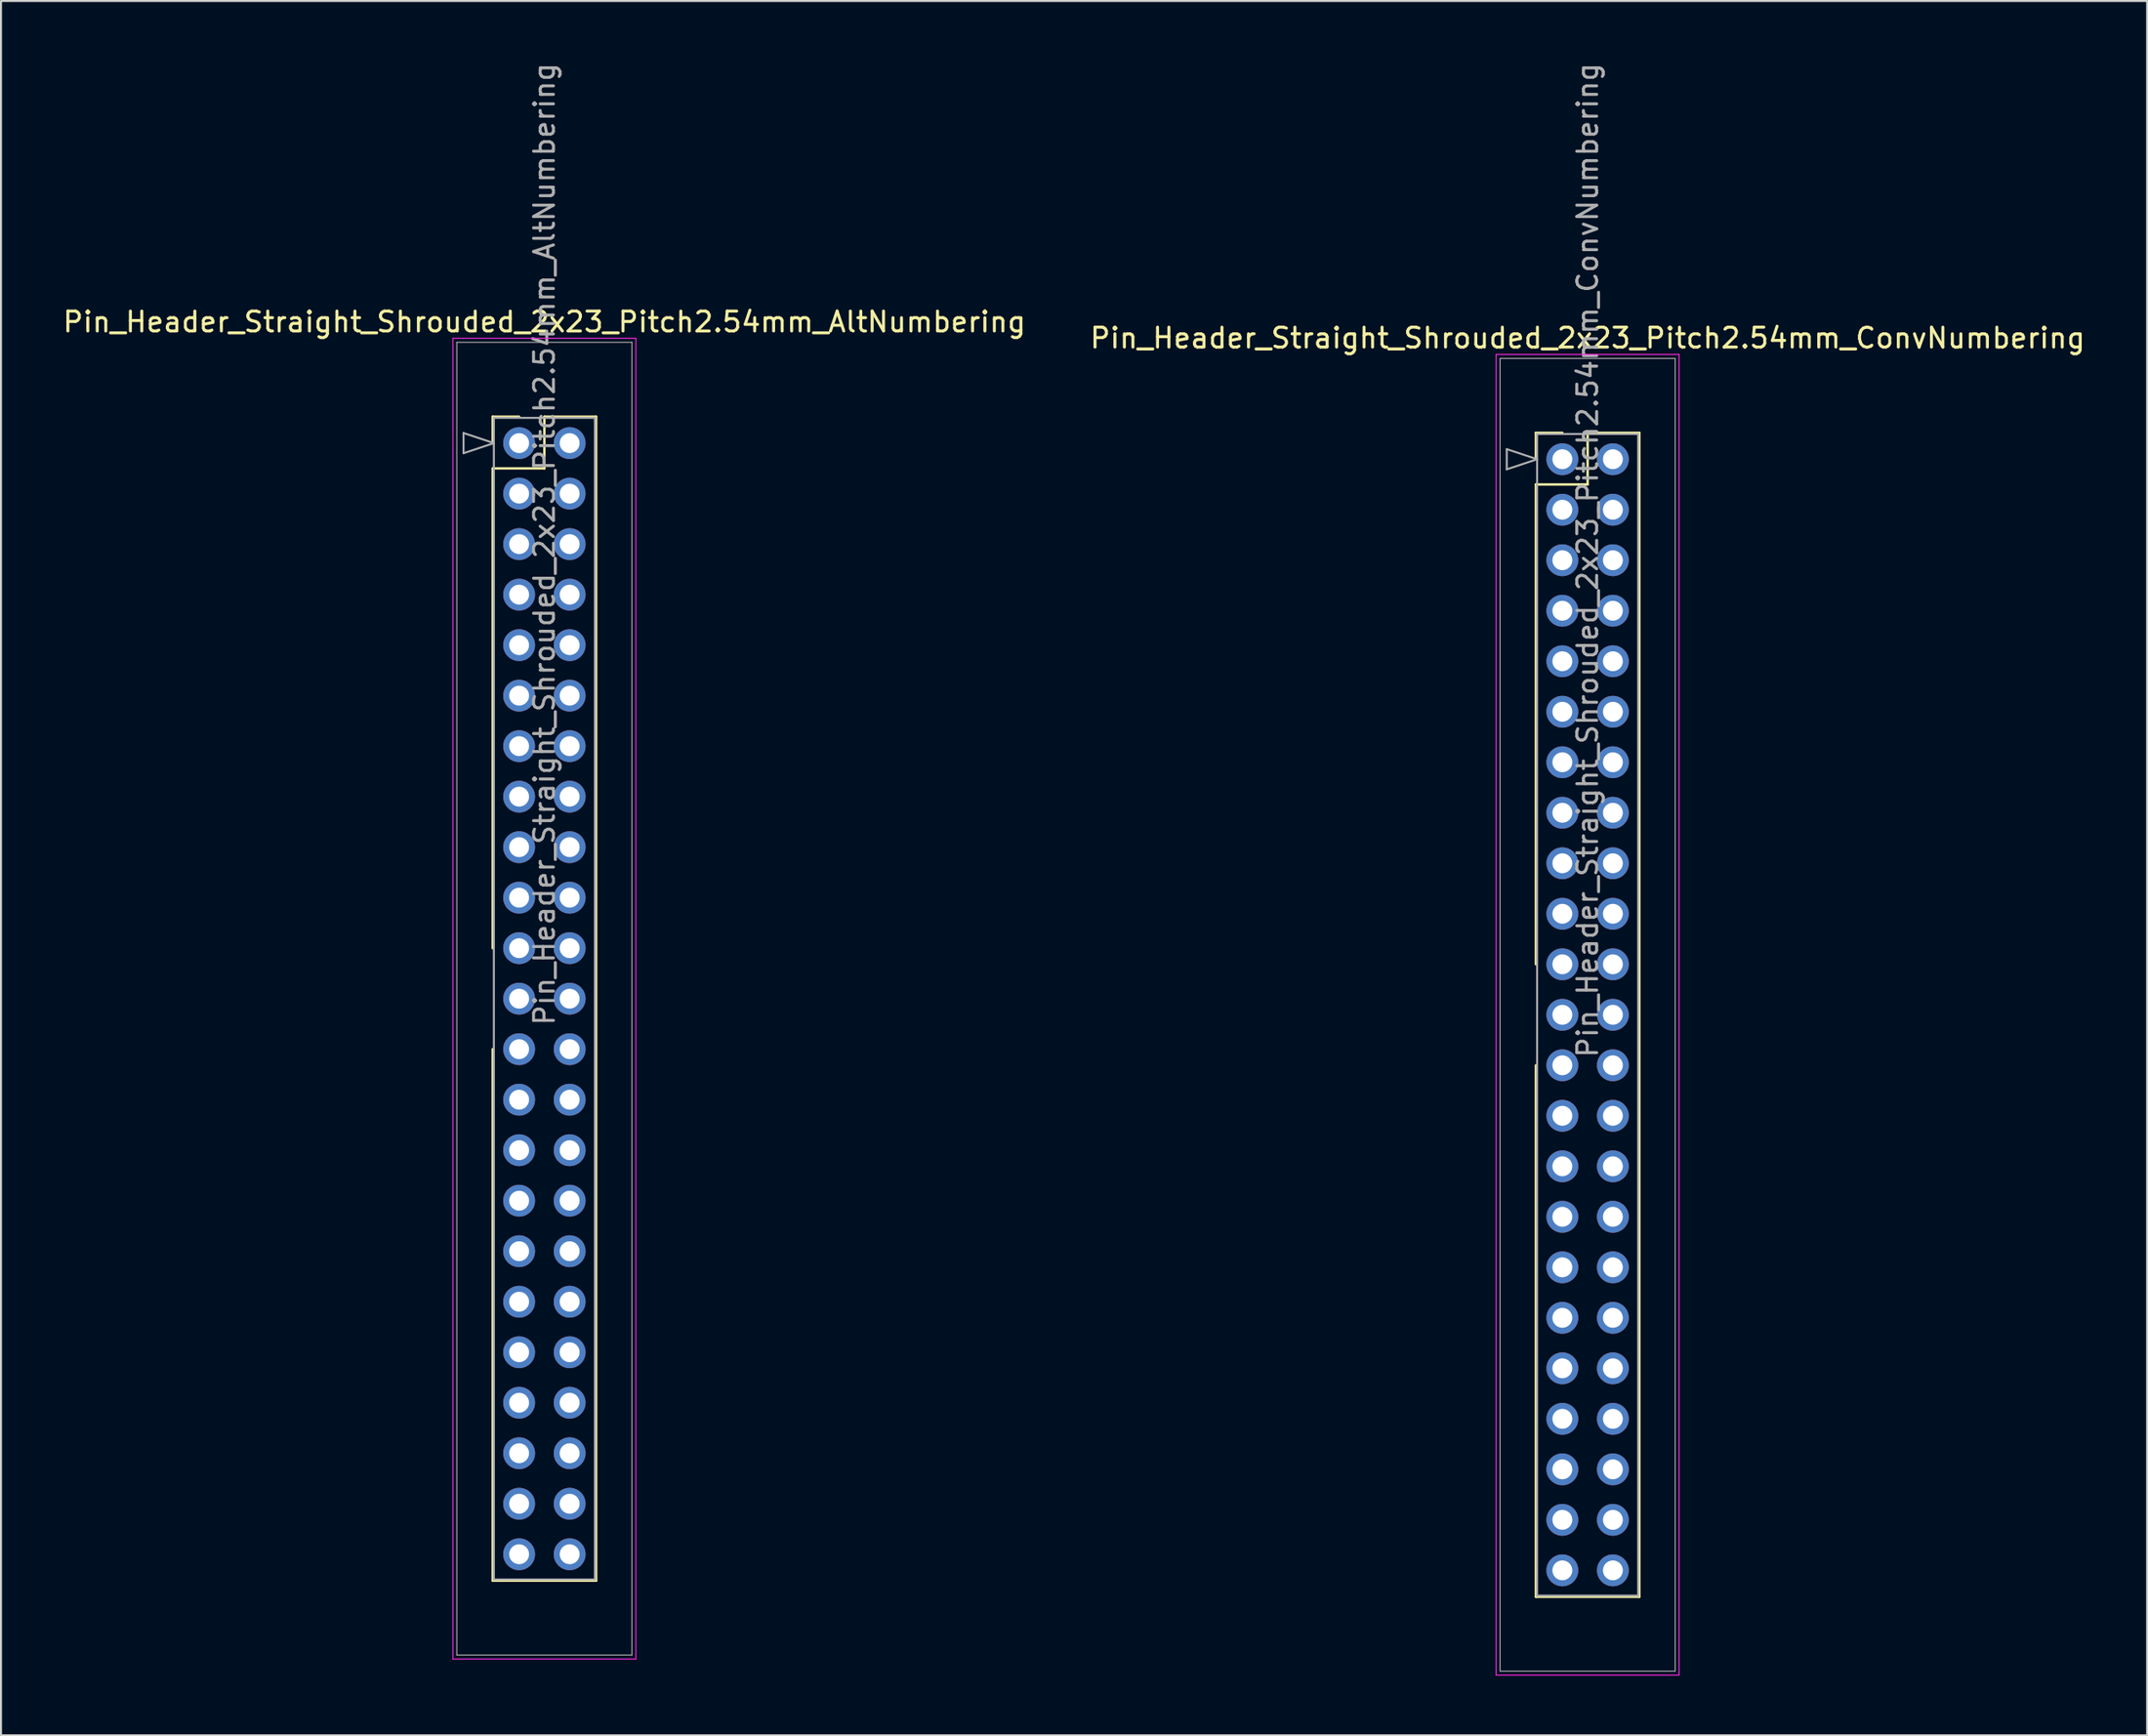
<source format=kicad_pcb>
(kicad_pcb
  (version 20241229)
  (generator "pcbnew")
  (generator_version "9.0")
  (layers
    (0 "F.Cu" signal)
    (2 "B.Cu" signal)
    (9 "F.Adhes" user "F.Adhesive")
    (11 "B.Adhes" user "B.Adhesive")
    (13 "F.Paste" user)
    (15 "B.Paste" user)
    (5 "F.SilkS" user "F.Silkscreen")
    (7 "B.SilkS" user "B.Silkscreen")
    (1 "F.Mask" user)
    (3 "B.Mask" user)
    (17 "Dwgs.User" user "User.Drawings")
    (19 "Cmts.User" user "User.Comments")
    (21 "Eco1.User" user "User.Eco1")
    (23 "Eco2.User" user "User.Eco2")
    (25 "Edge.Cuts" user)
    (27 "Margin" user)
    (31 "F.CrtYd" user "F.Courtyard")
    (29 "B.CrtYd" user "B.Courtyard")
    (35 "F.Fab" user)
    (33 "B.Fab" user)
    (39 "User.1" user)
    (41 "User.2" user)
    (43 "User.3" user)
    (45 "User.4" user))
  (footprint "Pin_Header_Straight_Shrouded_2x23_Pitch2.54mm_ConvNumbering"
    (layer "F.Cu")
    (at 75.486 20.045)
    (property "Reference" "Pin_Header_Straight_Shrouded_2x23_Pitch2.54mm_ConvNumbering" (at 1.27 -6.096 0) (layer "F.SilkS") (effects (font (size 1 1) (thickness 0.15))))
    (attr through_hole)
    (fp_line (start -1.33 -1.33) (end 0 -1.33) (stroke (width 0.12) (type solid)) (layer "F.SilkS"))
    (fp_line (start -1.33 0) (end -1.33 -1.33) (stroke (width 0.12) (type solid)) (layer "F.SilkS"))
    (fp_line (start -1.33 1.27) (end -1.33 25.4) (stroke (width 0.12) (type solid)) (layer "F.SilkS"))
    (fp_line (start -1.33 1.27) (end 1.27 1.27) (stroke (width 0.12) (type solid)) (layer "F.SilkS"))
    (fp_line (start -1.33 30.48) (end -1.33 57.21) (stroke (width 0.12) (type solid)) (layer "F.SilkS"))
    (fp_line (start -1.33 57.21) (end 3.87 57.21) (stroke (width 0.12) (type solid)) (layer "F.SilkS"))
    (fp_line (start 1.27 -1.33) (end 3.87 -1.33) (stroke (width 0.12) (type solid)) (layer "F.SilkS"))
    (fp_line (start 1.27 1.27) (end 1.27 -1.33) (stroke (width 0.12) (type solid)) (layer "F.SilkS"))
    (fp_line (start 3.87 -1.33) (end 3.87 57.21) (stroke (width 0.12) (type solid)) (layer "F.SilkS"))
    (fp_line (start -3.33 -5.27) (end -3.33 61.15) (stroke (width 0.05) (type solid)) (layer "F.CrtYd"))
    (fp_line (start -3.33 61.15) (end 5.87 61.15) (stroke (width 0.05) (type solid)) (layer "F.CrtYd"))
    (fp_line (start 5.87 -5.27) (end -3.33 -5.27) (stroke (width 0.05) (type solid)) (layer "F.CrtYd"))
    (fp_line (start 5.87 61.15) (end 5.87 -5.27) (stroke (width 0.05) (type solid)) (layer "F.CrtYd"))
    (fp_line (start -3.13 -5.07) (end -3.13 60.95) (stroke (width 0.05) (type solid)) (layer "F.Fab"))
    (fp_line (start -3.13 60.95) (end 5.67 60.95) (stroke (width 0.05) (type solid)) (layer "F.Fab"))
    (fp_line (start -2.794 -0.508) (end -1.27 0) (stroke (width 0.1) (type solid)) (layer "F.Fab"))
    (fp_line (start -2.794 0.508) (end -2.794 -0.508) (stroke (width 0.1) (type solid)) (layer "F.Fab"))
    (fp_line (start -1.27 -1.27) (end -1.27 57.15) (stroke (width 0.1) (type solid)) (layer "F.Fab"))
    (fp_line (start -1.27 0) (end -2.794 0.508) (stroke (width 0.1) (type solid)) (layer "F.Fab"))
    (fp_line (start -1.27 57.15) (end 3.81 57.15) (stroke (width 0.1) (type solid)) (layer "F.Fab"))
    (fp_line (start 3.81 -1.27) (end -1.27 -1.27) (stroke (width 0.1) (type solid)) (layer "F.Fab"))
    (fp_line (start 3.81 57.15) (end 3.81 -1.27) (stroke (width 0.1) (type solid)) (layer "F.Fab"))
    (fp_line (start 5.67 -5.07) (end -3.13 -5.07) (stroke (width 0.05) (type solid)) (layer "F.Fab"))
    (fp_line (start 5.67 60.95) (end 5.67 -5.07) (stroke (width 0.05) (type solid)) (layer "F.Fab"))
    (fp_text user "${REFERENCE}" (at 1.27 5.08 90) (layer "F.Fab") (effects (font (size 1 1) (thickness 0.15))))
    (pad "1" thru_hole oval (at 0 0) (size 1.6 1.6) (drill 1) (layers "*.Cu" "*.Mask"))
    (pad "2" thru_hole oval (at 2.54 0) (size 1.6 1.6) (drill 1) (layers "*.Cu" "*.Mask"))
    (pad "3" thru_hole oval (at 0 2.54) (size 1.6 1.6) (drill 1) (layers "*.Cu" "*.Mask"))
    (pad "4" thru_hole oval (at 2.54 2.54) (size 1.6 1.6) (drill 1) (layers "*.Cu" "*.Mask"))
    (pad "5" thru_hole oval (at 0 5.08) (size 1.6 1.6) (drill 1) (layers "*.Cu" "*.Mask"))
    (pad "6" thru_hole oval (at 2.54 5.08) (size 1.6 1.6) (drill 1) (layers "*.Cu" "*.Mask"))
    (pad "7" thru_hole oval (at 0 7.62) (size 1.6 1.6) (drill 1) (layers "*.Cu" "*.Mask"))
    (pad "8" thru_hole oval (at 2.54 7.62) (size 1.6 1.6) (drill 1) (layers "*.Cu" "*.Mask"))
    (pad "9" thru_hole oval (at 0 10.16) (size 1.6 1.6) (drill 1) (layers "*.Cu" "*.Mask"))
    (pad "10" thru_hole oval (at 2.54 10.16) (size 1.6 1.6) (drill 1) (layers "*.Cu" "*.Mask"))
    (pad "11" thru_hole oval (at 0 12.7) (size 1.6 1.6) (drill 1) (layers "*.Cu" "*.Mask"))
    (pad "12" thru_hole oval (at 2.54 12.7) (size 1.6 1.6) (drill 1) (layers "*.Cu" "*.Mask"))
    (pad "13" thru_hole oval (at 0 15.24) (size 1.6 1.6) (drill 1) (layers "*.Cu" "*.Mask"))
    (pad "14" thru_hole oval (at 2.54 15.24) (size 1.6 1.6) (drill 1) (layers "*.Cu" "*.Mask"))
    (pad "15" thru_hole oval (at 0 17.78) (size 1.6 1.6) (drill 1) (layers "*.Cu" "*.Mask"))
    (pad "16" thru_hole oval (at 2.54 17.78) (size 1.6 1.6) (drill 1) (layers "*.Cu" "*.Mask"))
    (pad "17" thru_hole oval (at 0 20.32) (size 1.6 1.6) (drill 1) (layers "*.Cu" "*.Mask"))
    (pad "18" thru_hole oval (at 2.54 20.32) (size 1.6 1.6) (drill 1) (layers "*.Cu" "*.Mask"))
    (pad "19" thru_hole oval (at 0 22.86) (size 1.6 1.6) (drill 1) (layers "*.Cu" "*.Mask"))
    (pad "20" thru_hole oval (at 2.54 22.86) (size 1.6 1.6) (drill 1) (layers "*.Cu" "*.Mask"))
    (pad "21" thru_hole oval (at 0 25.4) (size 1.6 1.6) (drill 1) (layers "*.Cu" "*.Mask"))
    (pad "22" thru_hole oval (at 2.54 25.4) (size 1.6 1.6) (drill 1) (layers "*.Cu" "*.Mask"))
    (pad "23" thru_hole oval (at 0 27.94) (size 1.6 1.6) (drill 1) (layers "*.Cu" "*.Mask"))
    (pad "24" thru_hole oval (at 2.54 27.94) (size 1.6 1.6) (drill 1) (layers "*.Cu" "*.Mask"))
    (pad "25" thru_hole oval (at 0 30.48) (size 1.6 1.6) (drill 1) (layers "*.Cu" "*.Mask"))
    (pad "26" thru_hole oval (at 2.54 30.48) (size 1.6 1.6) (drill 1) (layers "*.Cu" "*.Mask"))
    (pad "27" thru_hole oval (at 0 33.02) (size 1.6 1.6) (drill 1) (layers "*.Cu" "*.Mask"))
    (pad "28" thru_hole oval (at 2.54 33.02) (size 1.6 1.6) (drill 1) (layers "*.Cu" "*.Mask"))
    (pad "29" thru_hole oval (at 0 35.56) (size 1.6 1.6) (drill 1) (layers "*.Cu" "*.Mask"))
    (pad "30" thru_hole oval (at 2.54 35.56) (size 1.6 1.6) (drill 1) (layers "*.Cu" "*.Mask"))
    (pad "31" thru_hole oval (at 0 38.1) (size 1.6 1.6) (drill 1) (layers "*.Cu" "*.Mask"))
    (pad "32" thru_hole oval (at 2.54 38.1) (size 1.6 1.6) (drill 1) (layers "*.Cu" "*.Mask"))
    (pad "33" thru_hole oval (at 0 40.64) (size 1.6 1.6) (drill 1) (layers "*.Cu" "*.Mask"))
    (pad "34" thru_hole oval (at 2.54 40.64) (size 1.6 1.6) (drill 1) (layers "*.Cu" "*.Mask"))
    (pad "35" thru_hole oval (at 0 43.18) (size 1.6 1.6) (drill 1) (layers "*.Cu" "*.Mask"))
    (pad "36" thru_hole oval (at 2.54 43.18) (size 1.6 1.6) (drill 1) (layers "*.Cu" "*.Mask"))
    (pad "37" thru_hole oval (at 0 45.72) (size 1.6 1.6) (drill 1) (layers "*.Cu" "*.Mask"))
    (pad "38" thru_hole oval (at 2.54 45.72) (size 1.6 1.6) (drill 1) (layers "*.Cu" "*.Mask"))
    (pad "39" thru_hole oval (at 0 48.26) (size 1.6 1.6) (drill 1) (layers "*.Cu" "*.Mask"))
    (pad "40" thru_hole oval (at 2.54 48.26) (size 1.6 1.6) (drill 1) (layers "*.Cu" "*.Mask"))
    (pad "41" thru_hole oval (at 0 50.8) (size 1.6 1.6) (drill 1) (layers "*.Cu" "*.Mask"))
    (pad "42" thru_hole oval (at 2.54 50.8) (size 1.6 1.6) (drill 1) (layers "*.Cu" "*.Mask"))
    (pad "43" thru_hole oval (at 0 53.34) (size 1.6 1.6) (drill 1) (layers "*.Cu" "*.Mask"))
    (pad "44" thru_hole oval (at 2.54 53.34) (size 1.6 1.6) (drill 1) (layers "*.Cu" "*.Mask"))
    (pad "45" thru_hole oval (at 0 55.88) (size 1.6 1.6) (drill 1) (layers "*.Cu" "*.Mask"))
    (pad "46" thru_hole oval (at 2.54 55.88) (size 1.6 1.6) (drill 1) (layers "*.Cu" "*.Mask")))
  (footprint "Pin_Header_Straight_Shrouded_2x23_Pitch2.54mm_AltNumbering"
    (layer "F.Cu")
    (at 23.045 19.235)
    (property "Reference" "Pin_Header_Straight_Shrouded_2x23_Pitch2.54mm_AltNumbering" (at 1.27 -6.096 0) (layer "F.SilkS") (effects (font (size 1 1) (thickness 0.15))))
    (attr through_hole)
    (fp_line (start -1.33 -1.33) (end 0 -1.33) (stroke (width 0.12) (type solid)) (layer "F.SilkS"))
    (fp_line (start -1.33 0) (end -1.33 -1.33) (stroke (width 0.12) (type solid)) (layer "F.SilkS"))
    (fp_line (start -1.33 1.27) (end -1.33 25.4) (stroke (width 0.12) (type solid)) (layer "F.SilkS"))
    (fp_line (start -1.33 1.27) (end 1.27 1.27) (stroke (width 0.12) (type solid)) (layer "F.SilkS"))
    (fp_line (start -1.33 30.48) (end -1.33 57.21) (stroke (width 0.12) (type solid)) (layer "F.SilkS"))
    (fp_line (start -1.33 57.21) (end 3.87 57.21) (stroke (width 0.12) (type solid)) (layer "F.SilkS"))
    (fp_line (start 1.27 -1.33) (end 3.87 -1.33) (stroke (width 0.12) (type solid)) (layer "F.SilkS"))
    (fp_line (start 1.27 1.27) (end 1.27 -1.33) (stroke (width 0.12) (type solid)) (layer "F.SilkS"))
    (fp_line (start 3.87 -1.33) (end 3.87 57.21) (stroke (width 0.12) (type solid)) (layer "F.SilkS"))
    (fp_line (start -3.33 -5.27) (end -3.33 61.15) (stroke (width 0.05) (type solid)) (layer "F.CrtYd"))
    (fp_line (start -3.33 61.15) (end 5.87 61.15) (stroke (width 0.05) (type solid)) (layer "F.CrtYd"))
    (fp_line (start 5.87 -5.27) (end -3.33 -5.27) (stroke (width 0.05) (type solid)) (layer "F.CrtYd"))
    (fp_line (start 5.87 61.15) (end 5.87 -5.27) (stroke (width 0.05) (type solid)) (layer "F.CrtYd"))
    (fp_line (start -3.13 -5.07) (end -3.13 60.95) (stroke (width 0.05) (type solid)) (layer "F.Fab"))
    (fp_line (start -3.13 60.95) (end 5.67 60.95) (stroke (width 0.05) (type solid)) (layer "F.Fab"))
    (fp_line (start -2.794 -0.508) (end -1.27 0) (stroke (width 0.1) (type solid)) (layer "F.Fab"))
    (fp_line (start -2.794 0.508) (end -2.794 -0.508) (stroke (width 0.1) (type solid)) (layer "F.Fab"))
    (fp_line (start -1.27 -1.27) (end -1.27 57.15) (stroke (width 0.1) (type solid)) (layer "F.Fab"))
    (fp_line (start -1.27 0) (end -2.794 0.508) (stroke (width 0.1) (type solid)) (layer "F.Fab"))
    (fp_line (start -1.27 57.15) (end 3.81 57.15) (stroke (width 0.1) (type solid)) (layer "F.Fab"))
    (fp_line (start 3.81 -1.27) (end -1.27 -1.27) (stroke (width 0.1) (type solid)) (layer "F.Fab"))
    (fp_line (start 3.81 57.15) (end 3.81 -1.27) (stroke (width 0.1) (type solid)) (layer "F.Fab"))
    (fp_line (start 5.67 -5.07) (end -3.13 -5.07) (stroke (width 0.05) (type solid)) (layer "F.Fab"))
    (fp_line (start 5.67 60.95) (end 5.67 -5.07) (stroke (width 0.05) (type solid)) (layer "F.Fab"))
    (fp_text user "${REFERENCE}" (at 1.27 5.08 90) (layer "F.Fab") (effects (font (size 1 1) (thickness 0.15))))
    (pad "1" thru_hole oval (at 0 0) (size 1.6 1.6) (drill 1) (layers "*.Cu" "*.Mask"))
    (pad "2" thru_hole oval (at 0 2.54) (size 1.6 1.6) (drill 1) (layers "*.Cu" "*.Mask"))
    (pad "3" thru_hole oval (at 0 5.08) (size 1.6 1.6) (drill 1) (layers "*.Cu" "*.Mask"))
    (pad "4" thru_hole oval (at 0 7.62) (size 1.6 1.6) (drill 1) (layers "*.Cu" "*.Mask"))
    (pad "5" thru_hole oval (at 0 10.16) (size 1.6 1.6) (drill 1) (layers "*.Cu" "*.Mask"))
    (pad "6" thru_hole oval (at 0 12.7) (size 1.6 1.6) (drill 1) (layers "*.Cu" "*.Mask"))
    (pad "7" thru_hole oval (at 0 15.24) (size 1.6 1.6) (drill 1) (layers "*.Cu" "*.Mask"))
    (pad "8" thru_hole oval (at 0 17.78) (size 1.6 1.6) (drill 1) (layers "*.Cu" "*.Mask"))
    (pad "9" thru_hole oval (at 0 20.32) (size 1.6 1.6) (drill 1) (layers "*.Cu" "*.Mask"))
    (pad "10" thru_hole oval (at 0 22.86) (size 1.6 1.6) (drill 1) (layers "*.Cu" "*.Mask"))
    (pad "11" thru_hole oval (at 0 25.4) (size 1.6 1.6) (drill 1) (layers "*.Cu" "*.Mask"))
    (pad "12" thru_hole oval (at 0 27.94) (size 1.6 1.6) (drill 1) (layers "*.Cu" "*.Mask"))
    (pad "13" thru_hole oval (at 0 30.48) (size 1.6 1.6) (drill 1) (layers "*.Cu" "*.Mask"))
    (pad "14" thru_hole oval (at 0 33.02) (size 1.6 1.6) (drill 1) (layers "*.Cu" "*.Mask"))
    (pad "15" thru_hole oval (at 0 35.56) (size 1.6 1.6) (drill 1) (layers "*.Cu" "*.Mask"))
    (pad "16" thru_hole oval (at 0 38.1) (size 1.6 1.6) (drill 1) (layers "*.Cu" "*.Mask"))
    (pad "17" thru_hole oval (at 0 40.64) (size 1.6 1.6) (drill 1) (layers "*.Cu" "*.Mask"))
    (pad "18" thru_hole oval (at 0 43.18) (size 1.6 1.6) (drill 1) (layers "*.Cu" "*.Mask"))
    (pad "19" thru_hole oval (at 0 45.72) (size 1.6 1.6) (drill 1) (layers "*.Cu" "*.Mask"))
    (pad "20" thru_hole oval (at 0 48.26) (size 1.6 1.6) (drill 1) (layers "*.Cu" "*.Mask"))
    (pad "21" thru_hole oval (at 0 50.8) (size 1.6 1.6) (drill 1) (layers "*.Cu" "*.Mask"))
    (pad "22" thru_hole oval (at 0 53.34) (size 1.6 1.6) (drill 1) (layers "*.Cu" "*.Mask"))
    (pad "23" thru_hole oval (at 0 55.88) (size 1.6 1.6) (drill 1) (layers "*.Cu" "*.Mask"))
    (pad "24" thru_hole oval (at 2.54 0) (size 1.6 1.6) (drill 1) (layers "*.Cu" "*.Mask"))
    (pad "25" thru_hole oval (at 2.54 2.54) (size 1.6 1.6) (drill 1) (layers "*.Cu" "*.Mask"))
    (pad "26" thru_hole oval (at 2.54 5.08) (size 1.6 1.6) (drill 1) (layers "*.Cu" "*.Mask"))
    (pad "27" thru_hole oval (at 2.54 7.62) (size 1.6 1.6) (drill 1) (layers "*.Cu" "*.Mask"))
    (pad "28" thru_hole oval (at 2.54 10.16) (size 1.6 1.6) (drill 1) (layers "*.Cu" "*.Mask"))
    (pad "29" thru_hole oval (at 2.54 12.7) (size 1.6 1.6) (drill 1) (layers "*.Cu" "*.Mask"))
    (pad "30" thru_hole oval (at 2.54 15.24) (size 1.6 1.6) (drill 1) (layers "*.Cu" "*.Mask"))
    (pad "31" thru_hole oval (at 2.54 17.78) (size 1.6 1.6) (drill 1) (layers "*.Cu" "*.Mask"))
    (pad "32" thru_hole oval (at 2.54 20.32) (size 1.6 1.6) (drill 1) (layers "*.Cu" "*.Mask"))
    (pad "33" thru_hole oval (at 2.54 22.86) (size 1.6 1.6) (drill 1) (layers "*.Cu" "*.Mask"))
    (pad "34" thru_hole oval (at 2.54 25.4) (size 1.6 1.6) (drill 1) (layers "*.Cu" "*.Mask"))
    (pad "35" thru_hole oval (at 2.54 27.94) (size 1.6 1.6) (drill 1) (layers "*.Cu" "*.Mask"))
    (pad "36" thru_hole oval (at 2.54 30.48) (size 1.6 1.6) (drill 1) (layers "*.Cu" "*.Mask"))
    (pad "37" thru_hole oval (at 2.54 33.02) (size 1.6 1.6) (drill 1) (layers "*.Cu" "*.Mask"))
    (pad "38" thru_hole oval (at 2.54 35.56) (size 1.6 1.6) (drill 1) (layers "*.Cu" "*.Mask"))
    (pad "39" thru_hole oval (at 2.54 38.1) (size 1.6 1.6) (drill 1) (layers "*.Cu" "*.Mask"))
    (pad "40" thru_hole oval (at 2.54 40.64) (size 1.6 1.6) (drill 1) (layers "*.Cu" "*.Mask"))
    (pad "41" thru_hole oval (at 2.54 43.18) (size 1.6 1.6) (drill 1) (layers "*.Cu" "*.Mask"))
    (pad "42" thru_hole oval (at 2.54 45.72) (size 1.6 1.6) (drill 1) (layers "*.Cu" "*.Mask"))
    (pad "43" thru_hole oval (at 2.54 48.26) (size 1.6 1.6) (drill 1) (layers "*.Cu" "*.Mask"))
    (pad "44" thru_hole oval (at 2.54 50.8) (size 1.6 1.6) (drill 1) (layers "*.Cu" "*.Mask"))
    (pad "45" thru_hole oval (at 2.54 53.34) (size 1.6 1.6) (drill 1) (layers "*.Cu" "*.Mask"))
    (pad "46" thru_hole oval (at 2.54 55.88) (size 1.6 1.6) (drill 1) (layers "*.Cu" "*.Mask")))
  (gr_rect
    (start -3 -3)
    (end 104.881 84.22)
    (stroke (width 0.1) (type default))
    (fill no)
    (layer "Edge.Cuts")))
</source>
